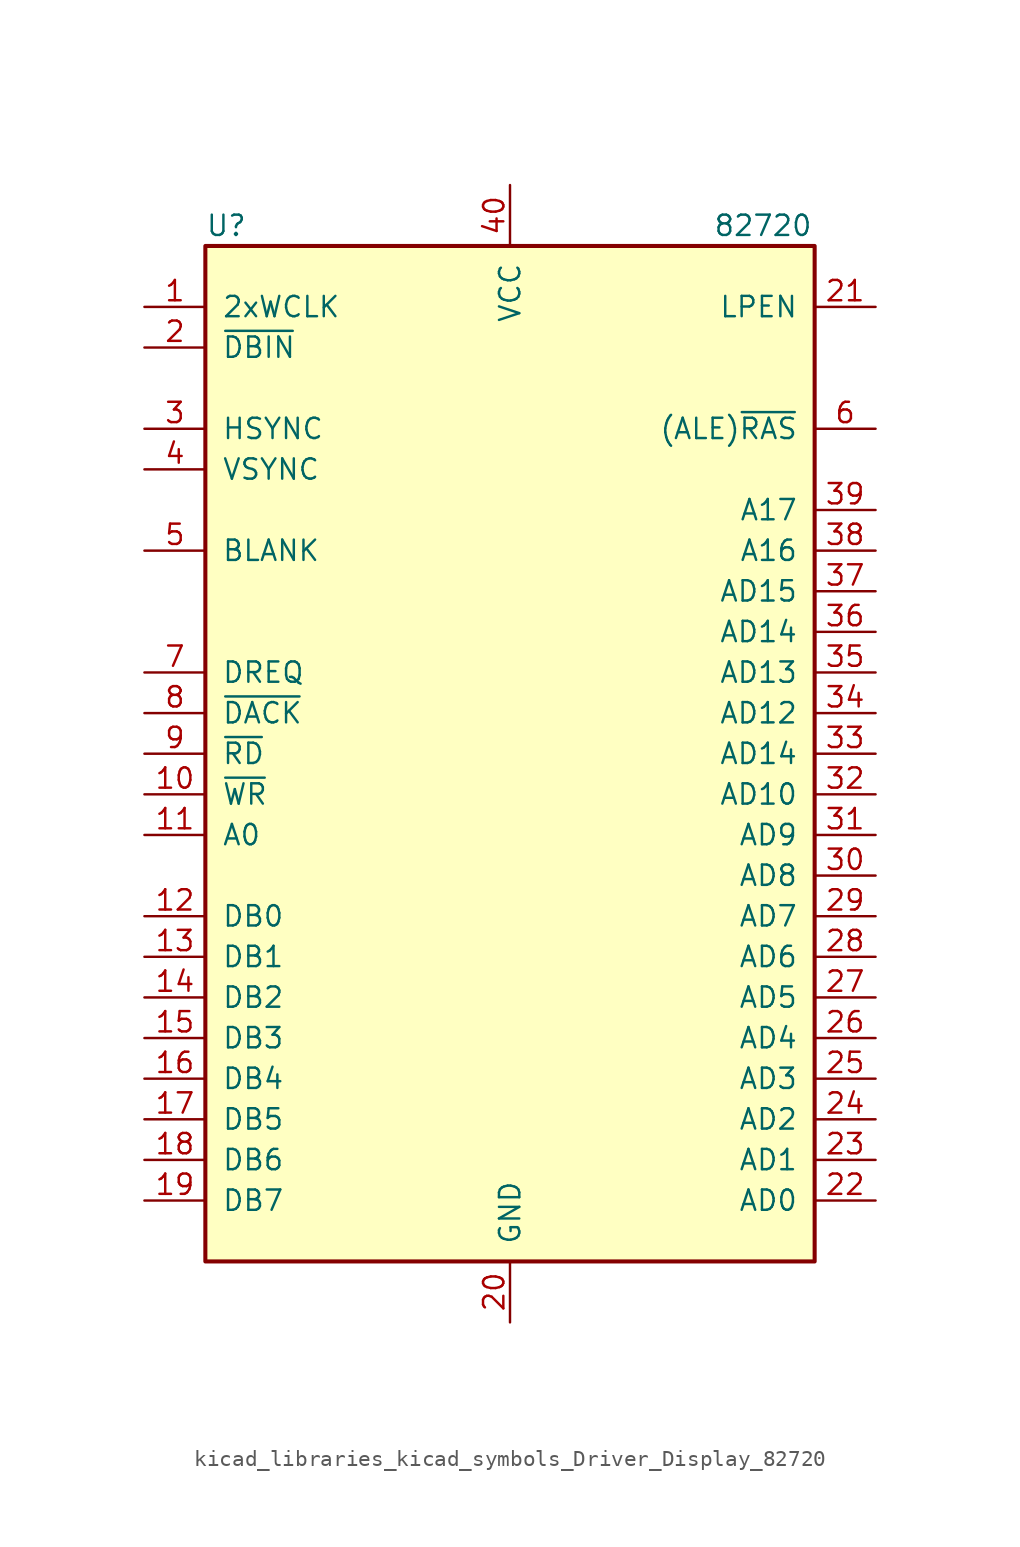
<source format=kicad_sym>
(kicad_symbol_lib
  (version 20220914)
  (generator kicad_symbol_editor)
  (symbol "kicad_libraries_kicad_symbols_Driver_Display_82720"
    (pin_names
      (offset 1.016))
    (property "Reference" "U"
      (at -19.05 33.02 0)
      (effects (font (size 1.27 1.27)) (justify left)))
    (property "Value" "82720"
      (at 12.7 33.02 0)
      (effects (font (size 1.27 1.27)) (justify left)))
    (symbol "kicad_libraries_kicad_symbols_Driver_Display_82720_0_0"
      (rectangle (start -19.05 -31.75) (end 19.05 31.75) (stroke (width 0.254) (type default)) (fill (type background))))
    (symbol "kicad_libraries_kicad_symbols_Driver_Display_82720_1_1"
      (pin input line (at -22.86 27.94 0) (length 3.81) (name "2xWCLK" (effects (font (size 1.27 1.27)))) (number "1" (effects (font (size 1.27 1.27)))))
      (pin input line (at -22.86 -2.54 0) (length 3.81) (name "~{WR}" (effects (font (size 1.27 1.27)))) (number "10" (effects (font (size 1.27 1.27)))))
      (pin input line (at -22.86 -5.08 0) (length 3.81) (name "A0" (effects (font (size 1.27 1.27)))) (number "11" (effects (font (size 1.27 1.27)))))
      (pin bidirectional line (at -22.86 -10.16 0) (length 3.81) (name "DB0" (effects (font (size 1.27 1.27)))) (number "12" (effects (font (size 1.27 1.27)))))
      (pin bidirectional line (at -22.86 -12.7 0) (length 3.81) (name "DB1" (effects (font (size 1.27 1.27)))) (number "13" (effects (font (size 1.27 1.27)))))
      (pin bidirectional line (at -22.86 -15.24 0) (length 3.81) (name "DB2" (effects (font (size 1.27 1.27)))) (number "14" (effects (font (size 1.27 1.27)))))
      (pin bidirectional line (at -22.86 -17.78 0) (length 3.81) (name "DB3" (effects (font (size 1.27 1.27)))) (number "15" (effects (font (size 1.27 1.27)))))
      (pin bidirectional line (at -22.86 -20.32 0) (length 3.81) (name "DB4" (effects (font (size 1.27 1.27)))) (number "16" (effects (font (size 1.27 1.27)))))
      (pin bidirectional line (at -22.86 -22.86 0) (length 3.81) (name "DB5" (effects (font (size 1.27 1.27)))) (number "17" (effects (font (size 1.27 1.27)))))
      (pin bidirectional line (at -22.86 -25.4 0) (length 3.81) (name "DB6" (effects (font (size 1.27 1.27)))) (number "18" (effects (font (size 1.27 1.27)))))
      (pin bidirectional line (at -22.86 -27.94 0) (length 3.81) (name "DB7" (effects (font (size 1.27 1.27)))) (number "19" (effects (font (size 1.27 1.27)))))
      (pin input line (at -22.86 25.4 0) (length 3.81) (name "~{DBIN}" (effects (font (size 1.27 1.27)))) (number "2" (effects (font (size 1.27 1.27)))))
      (pin power_in line (at 0 -35.56 90) (length 3.81) (name "GND" (effects (font (size 1.27 1.27)))) (number "20" (effects (font (size 1.27 1.27)))))
      (pin input line (at 22.86 27.94 180) (length 3.81) (name "LPEN" (effects (font (size 1.27 1.27)))) (number "21" (effects (font (size 1.27 1.27)))))
      (pin bidirectional line (at 22.86 -27.94 180) (length 3.81) (name "AD0" (effects (font (size 1.27 1.27)))) (number "22" (effects (font (size 1.27 1.27)))))
      (pin bidirectional line (at 22.86 -25.4 180) (length 3.81) (name "AD1" (effects (font (size 1.27 1.27)))) (number "23" (effects (font (size 1.27 1.27)))))
      (pin bidirectional line (at 22.86 -22.86 180) (length 3.81) (name "AD2" (effects (font (size 1.27 1.27)))) (number "24" (effects (font (size 1.27 1.27)))))
      (pin bidirectional line (at 22.86 -20.32 180) (length 3.81) (name "AD3" (effects (font (size 1.27 1.27)))) (number "25" (effects (font (size 1.27 1.27)))))
      (pin bidirectional line (at 22.86 -17.78 180) (length 3.81) (name "AD4" (effects (font (size 1.27 1.27)))) (number "26" (effects (font (size 1.27 1.27)))))
      (pin bidirectional line (at 22.86 -15.24 180) (length 3.81) (name "AD5" (effects (font (size 1.27 1.27)))) (number "27" (effects (font (size 1.27 1.27)))))
      (pin bidirectional line (at 22.86 -12.7 180) (length 3.81) (name "AD6" (effects (font (size 1.27 1.27)))) (number "28" (effects (font (size 1.27 1.27)))))
      (pin bidirectional line (at 22.86 -10.16 180) (length 3.81) (name "AD7" (effects (font (size 1.27 1.27)))) (number "29" (effects (font (size 1.27 1.27)))))
      (pin output line (at -22.86 20.32 0) (length 3.81) (name "HSYNC" (effects (font (size 1.27 1.27)))) (number "3" (effects (font (size 1.27 1.27)))))
      (pin bidirectional line (at 22.86 -7.62 180) (length 3.81) (name "AD8" (effects (font (size 1.27 1.27)))) (number "30" (effects (font (size 1.27 1.27)))))
      (pin bidirectional line (at 22.86 -5.08 180) (length 3.81) (name "AD9" (effects (font (size 1.27 1.27)))) (number "31" (effects (font (size 1.27 1.27)))))
      (pin bidirectional line (at 22.86 -2.54 180) (length 3.81) (name "AD10" (effects (font (size 1.27 1.27)))) (number "32" (effects (font (size 1.27 1.27)))))
      (pin bidirectional line (at 22.86 0 180) (length 3.81) (name "AD14" (effects (font (size 1.27 1.27)))) (number "33" (effects (font (size 1.27 1.27)))))
      (pin bidirectional line (at 22.86 2.54 180) (length 3.81) (name "AD12" (effects (font (size 1.27 1.27)))) (number "34" (effects (font (size 1.27 1.27)))))
      (pin bidirectional line (at 22.86 5.08 180) (length 3.81) (name "AD13" (effects (font (size 1.27 1.27)))) (number "35" (effects (font (size 1.27 1.27)))))
      (pin bidirectional line (at 22.86 7.62 180) (length 3.81) (name "AD14" (effects (font (size 1.27 1.27)))) (number "36" (effects (font (size 1.27 1.27)))))
      (pin bidirectional line (at 22.86 10.16 180) (length 3.81) (name "AD15" (effects (font (size 1.27 1.27)))) (number "37" (effects (font (size 1.27 1.27)))))
      (pin output line (at 22.86 12.7 180) (length 3.81) (name "A16" (effects (font (size 1.27 1.27)))) (number "38" (effects (font (size 1.27 1.27)))))
      (pin output line (at 22.86 15.24 180) (length 3.81) (name "A17" (effects (font (size 1.27 1.27)))) (number "39" (effects (font (size 1.27 1.27)))))
      (pin bidirectional line (at -22.86 17.78 0) (length 3.81) (name "VSYNC" (effects (font (size 1.27 1.27)))) (number "4" (effects (font (size 1.27 1.27)))))
      (pin power_in line (at 0 35.56 270) (length 3.81) (name "VCC" (effects (font (size 1.27 1.27)))) (number "40" (effects (font (size 1.27 1.27)))))
      (pin output line (at -22.86 12.7 0) (length 3.81) (name "BLANK" (effects (font (size 1.27 1.27)))) (number "5" (effects (font (size 1.27 1.27)))))
      (pin output line (at 22.86 20.32 180) (length 3.81) (name "(ALE)~{RAS}" (effects (font (size 1.27 1.27)))) (number "6" (effects (font (size 1.27 1.27)))))
      (pin output line (at -22.86 5.08 0) (length 3.81) (name "DREQ" (effects (font (size 1.27 1.27)))) (number "7" (effects (font (size 1.27 1.27)))))
      (pin input line (at -22.86 2.54 0) (length 3.81) (name "~{DACK}" (effects (font (size 1.27 1.27)))) (number "8" (effects (font (size 1.27 1.27)))))
      (pin input line (at -22.86 0 0) (length 3.81) (name "~{RD}" (effects (font (size 1.27 1.27)))) (number "9" (effects (font (size 1.27 1.27))))))))
</source>
